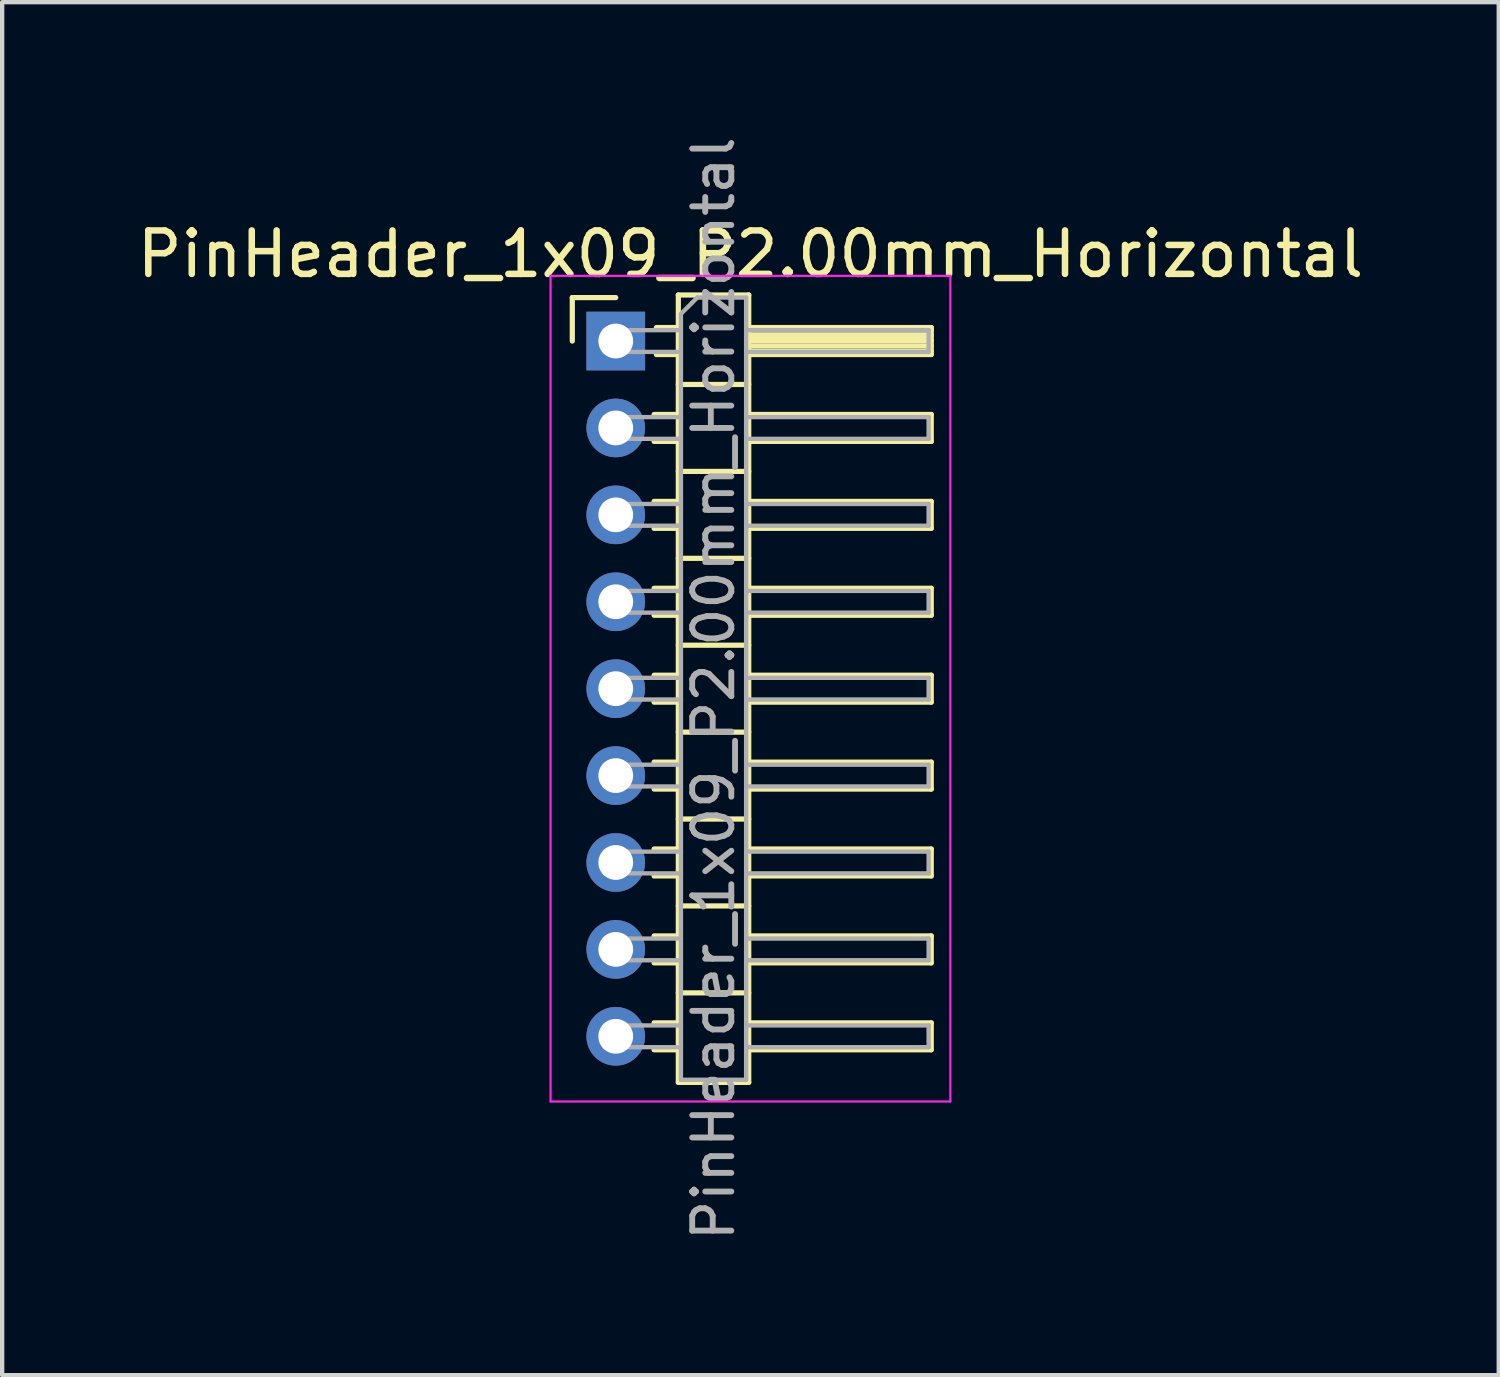
<source format=kicad_pcb>
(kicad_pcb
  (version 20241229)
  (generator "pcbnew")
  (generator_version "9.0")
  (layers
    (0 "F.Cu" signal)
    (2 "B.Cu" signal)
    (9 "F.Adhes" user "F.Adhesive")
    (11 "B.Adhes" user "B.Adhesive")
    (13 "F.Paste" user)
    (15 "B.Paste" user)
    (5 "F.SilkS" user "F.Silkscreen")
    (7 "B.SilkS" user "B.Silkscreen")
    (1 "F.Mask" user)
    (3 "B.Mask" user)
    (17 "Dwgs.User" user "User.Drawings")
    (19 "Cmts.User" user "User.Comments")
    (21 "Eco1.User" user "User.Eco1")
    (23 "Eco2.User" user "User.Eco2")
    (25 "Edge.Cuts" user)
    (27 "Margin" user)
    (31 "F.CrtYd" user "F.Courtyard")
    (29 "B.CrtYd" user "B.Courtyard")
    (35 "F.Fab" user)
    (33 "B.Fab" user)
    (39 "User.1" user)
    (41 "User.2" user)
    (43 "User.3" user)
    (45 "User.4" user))
  (footprint "PinHeader_1x09_P2.00mm_Horizontal"
    (layer "F.Cu")
    (at 11.12 4.798)
    (property "Reference" "PinHeader_1x09_P2.00mm_Horizontal" (at 3.1 -2 0) (layer "F.SilkS") (effects (font (size 1 1) (thickness 0.15))))
    (attr through_hole)
    (fp_line (start -1 -1) (end 0 -1) (stroke (width 0.12) (type solid)) (layer "F.SilkS"))
    (fp_line (start -1 0) (end -1 -1) (stroke (width 0.12) (type solid)) (layer "F.SilkS"))
    (fp_line (start 0.882 1.69) (end 1.44 1.69) (stroke (width 0.12) (type solid)) (layer "F.SilkS"))
    (fp_line (start 0.882 2.31) (end 1.44 2.31) (stroke (width 0.12) (type solid)) (layer "F.SilkS"))
    (fp_line (start 0.882 3.69) (end 1.44 3.69) (stroke (width 0.12) (type solid)) (layer "F.SilkS"))
    (fp_line (start 0.882 4.31) (end 1.44 4.31) (stroke (width 0.12) (type solid)) (layer "F.SilkS"))
    (fp_line (start 0.882 5.69) (end 1.44 5.69) (stroke (width 0.12) (type solid)) (layer "F.SilkS"))
    (fp_line (start 0.882 6.31) (end 1.44 6.31) (stroke (width 0.12) (type solid)) (layer "F.SilkS"))
    (fp_line (start 0.882 7.69) (end 1.44 7.69) (stroke (width 0.12) (type solid)) (layer "F.SilkS"))
    (fp_line (start 0.882 8.31) (end 1.44 8.31) (stroke (width 0.12) (type solid)) (layer "F.SilkS"))
    (fp_line (start 0.882 9.69) (end 1.44 9.69) (stroke (width 0.12) (type solid)) (layer "F.SilkS"))
    (fp_line (start 0.882 10.31) (end 1.44 10.31) (stroke (width 0.12) (type solid)) (layer "F.SilkS"))
    (fp_line (start 0.882 11.69) (end 1.44 11.69) (stroke (width 0.12) (type solid)) (layer "F.SilkS"))
    (fp_line (start 0.882 12.31) (end 1.44 12.31) (stroke (width 0.12) (type solid)) (layer "F.SilkS"))
    (fp_line (start 0.882 13.69) (end 1.44 13.69) (stroke (width 0.12) (type solid)) (layer "F.SilkS"))
    (fp_line (start 0.882 14.31) (end 1.44 14.31) (stroke (width 0.12) (type solid)) (layer "F.SilkS"))
    (fp_line (start 0.882 15.69) (end 1.44 15.69) (stroke (width 0.12) (type solid)) (layer "F.SilkS"))
    (fp_line (start 0.882 16.31) (end 1.44 16.31) (stroke (width 0.12) (type solid)) (layer "F.SilkS"))
    (fp_line (start 0.935 -0.31) (end 1.44 -0.31) (stroke (width 0.12) (type solid)) (layer "F.SilkS"))
    (fp_line (start 0.935 0.31) (end 1.44 0.31) (stroke (width 0.12) (type solid)) (layer "F.SilkS"))
    (fp_line (start 1.44 -1.06) (end 1.44 17.06) (stroke (width 0.12) (type solid)) (layer "F.SilkS"))
    (fp_line (start 1.44 1) (end 3.06 1) (stroke (width 0.12) (type solid)) (layer "F.SilkS"))
    (fp_line (start 1.44 3) (end 3.06 3) (stroke (width 0.12) (type solid)) (layer "F.SilkS"))
    (fp_line (start 1.44 5) (end 3.06 5) (stroke (width 0.12) (type solid)) (layer "F.SilkS"))
    (fp_line (start 1.44 7) (end 3.06 7) (stroke (width 0.12) (type solid)) (layer "F.SilkS"))
    (fp_line (start 1.44 9) (end 3.06 9) (stroke (width 0.12) (type solid)) (layer "F.SilkS"))
    (fp_line (start 1.44 11) (end 3.06 11) (stroke (width 0.12) (type solid)) (layer "F.SilkS"))
    (fp_line (start 1.44 13) (end 3.06 13) (stroke (width 0.12) (type solid)) (layer "F.SilkS"))
    (fp_line (start 1.44 15) (end 3.06 15) (stroke (width 0.12) (type solid)) (layer "F.SilkS"))
    (fp_line (start 1.44 17.06) (end 3.06 17.06) (stroke (width 0.12) (type solid)) (layer "F.SilkS"))
    (fp_line (start 3.06 -1.06) (end 1.44 -1.06) (stroke (width 0.12) (type solid)) (layer "F.SilkS"))
    (fp_line (start 3.06 -0.31) (end 7.26 -0.31) (stroke (width 0.12) (type solid)) (layer "F.SilkS"))
    (fp_line (start 3.06 -0.25) (end 7.26 -0.25) (stroke (width 0.12) (type solid)) (layer "F.SilkS"))
    (fp_line (start 3.06 -0.13) (end 7.26 -0.13) (stroke (width 0.12) (type solid)) (layer "F.SilkS"))
    (fp_line (start 3.06 -0.01) (end 7.26 -0.01) (stroke (width 0.12) (type solid)) (layer "F.SilkS"))
    (fp_line (start 3.06 0.11) (end 7.26 0.11) (stroke (width 0.12) (type solid)) (layer "F.SilkS"))
    (fp_line (start 3.06 0.23) (end 7.26 0.23) (stroke (width 0.12) (type solid)) (layer "F.SilkS"))
    (fp_line (start 3.06 1.69) (end 7.26 1.69) (stroke (width 0.12) (type solid)) (layer "F.SilkS"))
    (fp_line (start 3.06 3.69) (end 7.26 3.69) (stroke (width 0.12) (type solid)) (layer "F.SilkS"))
    (fp_line (start 3.06 5.69) (end 7.26 5.69) (stroke (width 0.12) (type solid)) (layer "F.SilkS"))
    (fp_line (start 3.06 7.69) (end 7.26 7.69) (stroke (width 0.12) (type solid)) (layer "F.SilkS"))
    (fp_line (start 3.06 9.69) (end 7.26 9.69) (stroke (width 0.12) (type solid)) (layer "F.SilkS"))
    (fp_line (start 3.06 11.69) (end 7.26 11.69) (stroke (width 0.12) (type solid)) (layer "F.SilkS"))
    (fp_line (start 3.06 13.69) (end 7.26 13.69) (stroke (width 0.12) (type solid)) (layer "F.SilkS"))
    (fp_line (start 3.06 15.69) (end 7.26 15.69) (stroke (width 0.12) (type solid)) (layer "F.SilkS"))
    (fp_line (start 3.06 17.06) (end 3.06 -1.06) (stroke (width 0.12) (type solid)) (layer "F.SilkS"))
    (fp_line (start 7.26 -0.31) (end 7.26 0.31) (stroke (width 0.12) (type solid)) (layer "F.SilkS"))
    (fp_line (start 7.26 0.31) (end 3.06 0.31) (stroke (width 0.12) (type solid)) (layer "F.SilkS"))
    (fp_line (start 7.26 1.69) (end 7.26 2.31) (stroke (width 0.12) (type solid)) (layer "F.SilkS"))
    (fp_line (start 7.26 2.31) (end 3.06 2.31) (stroke (width 0.12) (type solid)) (layer "F.SilkS"))
    (fp_line (start 7.26 3.69) (end 7.26 4.31) (stroke (width 0.12) (type solid)) (layer "F.SilkS"))
    (fp_line (start 7.26 4.31) (end 3.06 4.31) (stroke (width 0.12) (type solid)) (layer "F.SilkS"))
    (fp_line (start 7.26 5.69) (end 7.26 6.31) (stroke (width 0.12) (type solid)) (layer "F.SilkS"))
    (fp_line (start 7.26 6.31) (end 3.06 6.31) (stroke (width 0.12) (type solid)) (layer "F.SilkS"))
    (fp_line (start 7.26 7.69) (end 7.26 8.31) (stroke (width 0.12) (type solid)) (layer "F.SilkS"))
    (fp_line (start 7.26 8.31) (end 3.06 8.31) (stroke (width 0.12) (type solid)) (layer "F.SilkS"))
    (fp_line (start 7.26 9.69) (end 7.26 10.31) (stroke (width 0.12) (type solid)) (layer "F.SilkS"))
    (fp_line (start 7.26 10.31) (end 3.06 10.31) (stroke (width 0.12) (type solid)) (layer "F.SilkS"))
    (fp_line (start 7.26 11.69) (end 7.26 12.31) (stroke (width 0.12) (type solid)) (layer "F.SilkS"))
    (fp_line (start 7.26 12.31) (end 3.06 12.31) (stroke (width 0.12) (type solid)) (layer "F.SilkS"))
    (fp_line (start 7.26 13.69) (end 7.26 14.31) (stroke (width 0.12) (type solid)) (layer "F.SilkS"))
    (fp_line (start 7.26 14.31) (end 3.06 14.31) (stroke (width 0.12) (type solid)) (layer "F.SilkS"))
    (fp_line (start 7.26 15.69) (end 7.26 16.31) (stroke (width 0.12) (type solid)) (layer "F.SilkS"))
    (fp_line (start 7.26 16.31) (end 3.06 16.31) (stroke (width 0.12) (type solid)) (layer "F.SilkS"))
    (fp_line (start -1.5 -1.5) (end -1.5 17.5) (stroke (width 0.05) (type solid)) (layer "F.CrtYd"))
    (fp_line (start -1.5 17.5) (end 7.7 17.5) (stroke (width 0.05) (type solid)) (layer "F.CrtYd"))
    (fp_line (start 7.7 -1.5) (end -1.5 -1.5) (stroke (width 0.05) (type solid)) (layer "F.CrtYd"))
    (fp_line (start 7.7 17.5) (end 7.7 -1.5) (stroke (width 0.05) (type solid)) (layer "F.CrtYd"))
    (fp_line (start -0.25 -0.25) (end -0.25 0.25) (stroke (width 0.1) (type solid)) (layer "F.Fab"))
    (fp_line (start -0.25 -0.25) (end 1.5 -0.25) (stroke (width 0.1) (type solid)) (layer "F.Fab"))
    (fp_line (start -0.25 0.25) (end 1.5 0.25) (stroke (width 0.1) (type solid)) (layer "F.Fab"))
    (fp_line (start -0.25 1.75) (end -0.25 2.25) (stroke (width 0.1) (type solid)) (layer "F.Fab"))
    (fp_line (start -0.25 1.75) (end 1.5 1.75) (stroke (width 0.1) (type solid)) (layer "F.Fab"))
    (fp_line (start -0.25 2.25) (end 1.5 2.25) (stroke (width 0.1) (type solid)) (layer "F.Fab"))
    (fp_line (start -0.25 3.75) (end -0.25 4.25) (stroke (width 0.1) (type solid)) (layer "F.Fab"))
    (fp_line (start -0.25 3.75) (end 1.5 3.75) (stroke (width 0.1) (type solid)) (layer "F.Fab"))
    (fp_line (start -0.25 4.25) (end 1.5 4.25) (stroke (width 0.1) (type solid)) (layer "F.Fab"))
    (fp_line (start -0.25 5.75) (end -0.25 6.25) (stroke (width 0.1) (type solid)) (layer "F.Fab"))
    (fp_line (start -0.25 5.75) (end 1.5 5.75) (stroke (width 0.1) (type solid)) (layer "F.Fab"))
    (fp_line (start -0.25 6.25) (end 1.5 6.25) (stroke (width 0.1) (type solid)) (layer "F.Fab"))
    (fp_line (start -0.25 7.75) (end -0.25 8.25) (stroke (width 0.1) (type solid)) (layer "F.Fab"))
    (fp_line (start -0.25 7.75) (end 1.5 7.75) (stroke (width 0.1) (type solid)) (layer "F.Fab"))
    (fp_line (start -0.25 8.25) (end 1.5 8.25) (stroke (width 0.1) (type solid)) (layer "F.Fab"))
    (fp_line (start -0.25 9.75) (end -0.25 10.25) (stroke (width 0.1) (type solid)) (layer "F.Fab"))
    (fp_line (start -0.25 9.75) (end 1.5 9.75) (stroke (width 0.1) (type solid)) (layer "F.Fab"))
    (fp_line (start -0.25 10.25) (end 1.5 10.25) (stroke (width 0.1) (type solid)) (layer "F.Fab"))
    (fp_line (start -0.25 11.75) (end -0.25 12.25) (stroke (width 0.1) (type solid)) (layer "F.Fab"))
    (fp_line (start -0.25 11.75) (end 1.5 11.75) (stroke (width 0.1) (type solid)) (layer "F.Fab"))
    (fp_line (start -0.25 12.25) (end 1.5 12.25) (stroke (width 0.1) (type solid)) (layer "F.Fab"))
    (fp_line (start -0.25 13.75) (end -0.25 14.25) (stroke (width 0.1) (type solid)) (layer "F.Fab"))
    (fp_line (start -0.25 13.75) (end 1.5 13.75) (stroke (width 0.1) (type solid)) (layer "F.Fab"))
    (fp_line (start -0.25 14.25) (end 1.5 14.25) (stroke (width 0.1) (type solid)) (layer "F.Fab"))
    (fp_line (start -0.25 15.75) (end -0.25 16.25) (stroke (width 0.1) (type solid)) (layer "F.Fab"))
    (fp_line (start -0.25 15.75) (end 1.5 15.75) (stroke (width 0.1) (type solid)) (layer "F.Fab"))
    (fp_line (start -0.25 16.25) (end 1.5 16.25) (stroke (width 0.1) (type solid)) (layer "F.Fab"))
    (fp_line (start 1.5 -0.625) (end 1.875 -1) (stroke (width 0.1) (type solid)) (layer "F.Fab"))
    (fp_line (start 1.5 17) (end 1.5 -0.625) (stroke (width 0.1) (type solid)) (layer "F.Fab"))
    (fp_line (start 1.875 -1) (end 3 -1) (stroke (width 0.1) (type solid)) (layer "F.Fab"))
    (fp_line (start 3 -1) (end 3 17) (stroke (width 0.1) (type solid)) (layer "F.Fab"))
    (fp_line (start 3 -0.25) (end 7.2 -0.25) (stroke (width 0.1) (type solid)) (layer "F.Fab"))
    (fp_line (start 3 0.25) (end 7.2 0.25) (stroke (width 0.1) (type solid)) (layer "F.Fab"))
    (fp_line (start 3 1.75) (end 7.2 1.75) (stroke (width 0.1) (type solid)) (layer "F.Fab"))
    (fp_line (start 3 2.25) (end 7.2 2.25) (stroke (width 0.1) (type solid)) (layer "F.Fab"))
    (fp_line (start 3 3.75) (end 7.2 3.75) (stroke (width 0.1) (type solid)) (layer "F.Fab"))
    (fp_line (start 3 4.25) (end 7.2 4.25) (stroke (width 0.1) (type solid)) (layer "F.Fab"))
    (fp_line (start 3 5.75) (end 7.2 5.75) (stroke (width 0.1) (type solid)) (layer "F.Fab"))
    (fp_line (start 3 6.25) (end 7.2 6.25) (stroke (width 0.1) (type solid)) (layer "F.Fab"))
    (fp_line (start 3 7.75) (end 7.2 7.75) (stroke (width 0.1) (type solid)) (layer "F.Fab"))
    (fp_line (start 3 8.25) (end 7.2 8.25) (stroke (width 0.1) (type solid)) (layer "F.Fab"))
    (fp_line (start 3 9.75) (end 7.2 9.75) (stroke (width 0.1) (type solid)) (layer "F.Fab"))
    (fp_line (start 3 10.25) (end 7.2 10.25) (stroke (width 0.1) (type solid)) (layer "F.Fab"))
    (fp_line (start 3 11.75) (end 7.2 11.75) (stroke (width 0.1) (type solid)) (layer "F.Fab"))
    (fp_line (start 3 12.25) (end 7.2 12.25) (stroke (width 0.1) (type solid)) (layer "F.Fab"))
    (fp_line (start 3 13.75) (end 7.2 13.75) (stroke (width 0.1) (type solid)) (layer "F.Fab"))
    (fp_line (start 3 14.25) (end 7.2 14.25) (stroke (width 0.1) (type solid)) (layer "F.Fab"))
    (fp_line (start 3 15.75) (end 7.2 15.75) (stroke (width 0.1) (type solid)) (layer "F.Fab"))
    (fp_line (start 3 16.25) (end 7.2 16.25) (stroke (width 0.1) (type solid)) (layer "F.Fab"))
    (fp_line (start 3 17) (end 1.5 17) (stroke (width 0.1) (type solid)) (layer "F.Fab"))
    (fp_line (start 7.2 -0.25) (end 7.2 0.25) (stroke (width 0.1) (type solid)) (layer "F.Fab"))
    (fp_line (start 7.2 1.75) (end 7.2 2.25) (stroke (width 0.1) (type solid)) (layer "F.Fab"))
    (fp_line (start 7.2 3.75) (end 7.2 4.25) (stroke (width 0.1) (type solid)) (layer "F.Fab"))
    (fp_line (start 7.2 5.75) (end 7.2 6.25) (stroke (width 0.1) (type solid)) (layer "F.Fab"))
    (fp_line (start 7.2 7.75) (end 7.2 8.25) (stroke (width 0.1) (type solid)) (layer "F.Fab"))
    (fp_line (start 7.2 9.75) (end 7.2 10.25) (stroke (width 0.1) (type solid)) (layer "F.Fab"))
    (fp_line (start 7.2 11.75) (end 7.2 12.25) (stroke (width 0.1) (type solid)) (layer "F.Fab"))
    (fp_line (start 7.2 13.75) (end 7.2 14.25) (stroke (width 0.1) (type solid)) (layer "F.Fab"))
    (fp_line (start 7.2 15.75) (end 7.2 16.25) (stroke (width 0.1) (type solid)) (layer "F.Fab"))
    (fp_text user "${REFERENCE}" (at 2.25 8 90) (layer "F.Fab") (effects (font (size 0.9 0.9) (thickness 0.135))))
    (pad "1" thru_hole rect (at 0 0) (size 1.35 1.35) (drill 0.8) (layers "*.Cu" "*.Mask"))
    (pad "2" thru_hole oval (at 0 2) (size 1.35 1.35) (drill 0.8) (layers "*.Cu" "*.Mask"))
    (pad "3" thru_hole oval (at 0 4) (size 1.35 1.35) (drill 0.8) (layers "*.Cu" "*.Mask"))
    (pad "4" thru_hole oval (at 0 6) (size 1.35 1.35) (drill 0.8) (layers "*.Cu" "*.Mask"))
    (pad "5" thru_hole oval (at 0 8) (size 1.35 1.35) (drill 0.8) (layers "*.Cu" "*.Mask"))
    (pad "6" thru_hole oval (at 0 10) (size 1.35 1.35) (drill 0.8) (layers "*.Cu" "*.Mask"))
    (pad "7" thru_hole oval (at 0 12) (size 1.35 1.35) (drill 0.8) (layers "*.Cu" "*.Mask"))
    (pad "8" thru_hole oval (at 0 14) (size 1.35 1.35) (drill 0.8) (layers "*.Cu" "*.Mask"))
    (pad "9" thru_hole oval (at 0 16) (size 1.35 1.35) (drill 0.8) (layers "*.Cu" "*.Mask")))
  (gr_rect
    (start -3 -3)
    (end 31.44 28.596)
    (stroke (width 0.1) (type default))
    (fill no)
    (layer "Edge.Cuts")))
</source>
